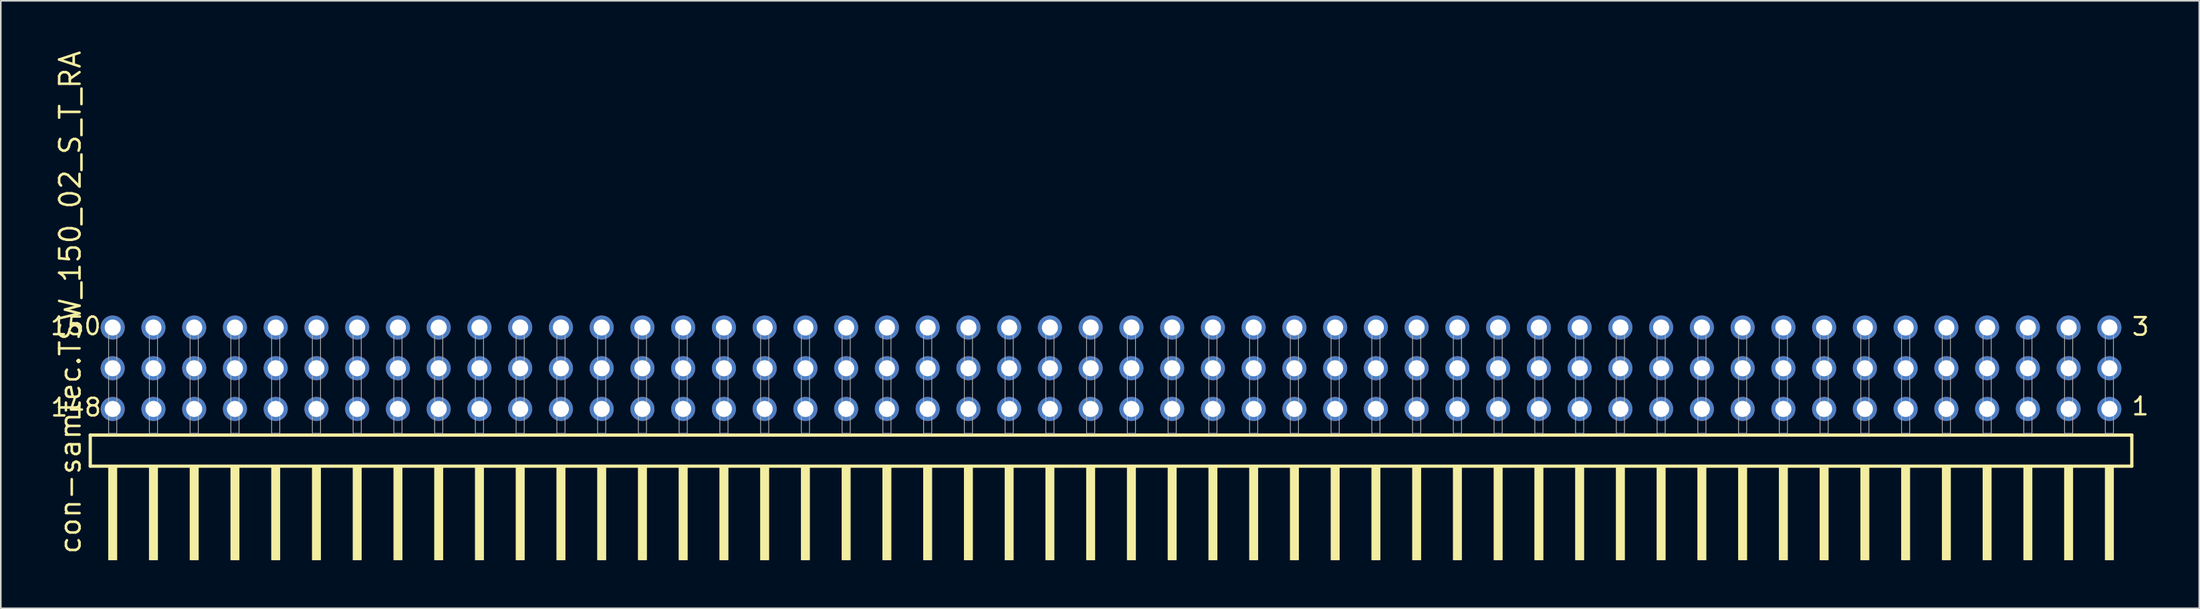
<source format=kicad_pcb>
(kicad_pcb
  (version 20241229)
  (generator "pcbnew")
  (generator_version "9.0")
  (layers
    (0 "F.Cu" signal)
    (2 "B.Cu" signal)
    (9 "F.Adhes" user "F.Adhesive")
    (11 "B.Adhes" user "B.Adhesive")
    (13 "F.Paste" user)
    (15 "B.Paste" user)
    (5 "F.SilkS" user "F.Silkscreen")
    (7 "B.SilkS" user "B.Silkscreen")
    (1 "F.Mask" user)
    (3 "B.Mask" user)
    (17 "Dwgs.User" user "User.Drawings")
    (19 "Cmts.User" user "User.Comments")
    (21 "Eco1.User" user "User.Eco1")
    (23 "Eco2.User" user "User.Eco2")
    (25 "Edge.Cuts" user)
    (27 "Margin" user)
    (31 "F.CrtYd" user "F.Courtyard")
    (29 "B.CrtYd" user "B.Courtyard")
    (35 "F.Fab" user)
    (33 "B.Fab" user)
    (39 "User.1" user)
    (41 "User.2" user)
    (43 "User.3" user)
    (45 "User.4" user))
  (footprint "con-samtec.TSW_150_02_S_T_RA"
    (layer "F.Cu")
    (at 66.205 23.993)
    (property "Reference" "con-samtec.TSW_150_02_S_T_RA" (at -64.135 7.62 90) (layer "F.SilkS") (effects (font (size 1.27 1.27) (thickness 0.16)) (justify left bottom)))
    (attr through_hole)
    (fp_line (start -63.629 0.106) (end -63.629 2.046) (stroke (width 0.203) (type default)) (layer "F.SilkS"))
    (fp_line (start -63.629 2.046) (end 63.629 2.046) (stroke (width 0.203) (type default)) (layer "F.SilkS"))
    (fp_line (start 63.629 0.106) (end -63.629 0.106) (stroke (width 0.203) (type default)) (layer "F.SilkS"))
    (fp_line (start 63.629 2.046) (end 63.629 0.106) (stroke (width 0.203) (type default)) (layer "F.SilkS"))
    (fp_rect (start -62.484 7.89) (end -61.976 2.04) (stroke (width 0.05) (type default)) (fill yes) (layer "F.SilkS"))
    (fp_rect (start -59.944 7.89) (end -59.436 2.04) (stroke (width 0.05) (type default)) (fill yes) (layer "F.SilkS"))
    (fp_rect (start -57.404 7.89) (end -56.896 2.04) (stroke (width 0.05) (type default)) (fill yes) (layer "F.SilkS"))
    (fp_rect (start -54.864 7.89) (end -54.356 2.04) (stroke (width 0.05) (type default)) (fill yes) (layer "F.SilkS"))
    (fp_rect (start -52.324 7.89) (end -51.816 2.04) (stroke (width 0.05) (type default)) (fill yes) (layer "F.SilkS"))
    (fp_rect (start -49.784 7.89) (end -49.276 2.04) (stroke (width 0.05) (type default)) (fill yes) (layer "F.SilkS"))
    (fp_rect (start -47.244 7.89) (end -46.736 2.04) (stroke (width 0.05) (type default)) (fill yes) (layer "F.SilkS"))
    (fp_rect (start -44.704 7.89) (end -44.196 2.04) (stroke (width 0.05) (type default)) (fill yes) (layer "F.SilkS"))
    (fp_rect (start -42.164 7.89) (end -41.656 2.04) (stroke (width 0.05) (type default)) (fill yes) (layer "F.SilkS"))
    (fp_rect (start -39.624 7.89) (end -39.116 2.04) (stroke (width 0.05) (type default)) (fill yes) (layer "F.SilkS"))
    (fp_rect (start -37.084 7.89) (end -36.576 2.04) (stroke (width 0.05) (type default)) (fill yes) (layer "F.SilkS"))
    (fp_rect (start -34.544 7.89) (end -34.036 2.04) (stroke (width 0.05) (type default)) (fill yes) (layer "F.SilkS"))
    (fp_rect (start -32.004 7.89) (end -31.496 2.04) (stroke (width 0.05) (type default)) (fill yes) (layer "F.SilkS"))
    (fp_rect (start -29.464 7.89) (end -28.956 2.04) (stroke (width 0.05) (type default)) (fill yes) (layer "F.SilkS"))
    (fp_rect (start -26.924 7.89) (end -26.416 2.04) (stroke (width 0.05) (type default)) (fill yes) (layer "F.SilkS"))
    (fp_rect (start -24.384 7.89) (end -23.876 2.04) (stroke (width 0.05) (type default)) (fill yes) (layer "F.SilkS"))
    (fp_rect (start -21.844 7.89) (end -21.336 2.04) (stroke (width 0.05) (type default)) (fill yes) (layer "F.SilkS"))
    (fp_rect (start -19.304 7.89) (end -18.796 2.04) (stroke (width 0.05) (type default)) (fill yes) (layer "F.SilkS"))
    (fp_rect (start -16.764 7.89) (end -16.256 2.04) (stroke (width 0.05) (type default)) (fill yes) (layer "F.SilkS"))
    (fp_rect (start -14.224 7.89) (end -13.716 2.04) (stroke (width 0.05) (type default)) (fill yes) (layer "F.SilkS"))
    (fp_rect (start -11.684 7.89) (end -11.176 2.04) (stroke (width 0.05) (type default)) (fill yes) (layer "F.SilkS"))
    (fp_rect (start -9.144 7.89) (end -8.636 2.04) (stroke (width 0.05) (type default)) (fill yes) (layer "F.SilkS"))
    (fp_rect (start -6.604 7.89) (end -6.096 2.04) (stroke (width 0.05) (type default)) (fill yes) (layer "F.SilkS"))
    (fp_rect (start -4.064 7.89) (end -3.556 2.04) (stroke (width 0.05) (type default)) (fill yes) (layer "F.SilkS"))
    (fp_rect (start -1.524 7.89) (end -1.016 2.04) (stroke (width 0.05) (type default)) (fill yes) (layer "F.SilkS"))
    (fp_rect (start 1.016 7.89) (end 1.524 2.04) (stroke (width 0.05) (type default)) (fill yes) (layer "F.SilkS"))
    (fp_rect (start 3.556 7.89) (end 4.064 2.04) (stroke (width 0.05) (type default)) (fill yes) (layer "F.SilkS"))
    (fp_rect (start 6.096 7.89) (end 6.604 2.04) (stroke (width 0.05) (type default)) (fill yes) (layer "F.SilkS"))
    (fp_rect (start 8.636 7.89) (end 9.144 2.04) (stroke (width 0.05) (type default)) (fill yes) (layer "F.SilkS"))
    (fp_rect (start 11.176 7.89) (end 11.684 2.04) (stroke (width 0.05) (type default)) (fill yes) (layer "F.SilkS"))
    (fp_rect (start 13.716 7.89) (end 14.224 2.04) (stroke (width 0.05) (type default)) (fill yes) (layer "F.SilkS"))
    (fp_rect (start 16.256 7.89) (end 16.764 2.04) (stroke (width 0.05) (type default)) (fill yes) (layer "F.SilkS"))
    (fp_rect (start 18.796 7.89) (end 19.304 2.04) (stroke (width 0.05) (type default)) (fill yes) (layer "F.SilkS"))
    (fp_rect (start 21.336 7.89) (end 21.844 2.04) (stroke (width 0.05) (type default)) (fill yes) (layer "F.SilkS"))
    (fp_rect (start 23.876 7.89) (end 24.384 2.04) (stroke (width 0.05) (type default)) (fill yes) (layer "F.SilkS"))
    (fp_rect (start 26.416 7.89) (end 26.924 2.04) (stroke (width 0.05) (type default)) (fill yes) (layer "F.SilkS"))
    (fp_rect (start 28.956 7.89) (end 29.464 2.04) (stroke (width 0.05) (type default)) (fill yes) (layer "F.SilkS"))
    (fp_rect (start 31.496 7.89) (end 32.004 2.04) (stroke (width 0.05) (type default)) (fill yes) (layer "F.SilkS"))
    (fp_rect (start 34.036 7.89) (end 34.544 2.04) (stroke (width 0.05) (type default)) (fill yes) (layer "F.SilkS"))
    (fp_rect (start 36.576 7.89) (end 37.084 2.04) (stroke (width 0.05) (type default)) (fill yes) (layer "F.SilkS"))
    (fp_rect (start 39.116 7.89) (end 39.624 2.04) (stroke (width 0.05) (type default)) (fill yes) (layer "F.SilkS"))
    (fp_rect (start 41.656 7.89) (end 42.164 2.04) (stroke (width 0.05) (type default)) (fill yes) (layer "F.SilkS"))
    (fp_rect (start 44.196 7.89) (end 44.704 2.04) (stroke (width 0.05) (type default)) (fill yes) (layer "F.SilkS"))
    (fp_rect (start 46.736 7.89) (end 47.244 2.04) (stroke (width 0.05) (type default)) (fill yes) (layer "F.SilkS"))
    (fp_rect (start 49.276 7.89) (end 49.784 2.04) (stroke (width 0.05) (type default)) (fill yes) (layer "F.SilkS"))
    (fp_rect (start 51.816 7.89) (end 52.324 2.04) (stroke (width 0.05) (type default)) (fill yes) (layer "F.SilkS"))
    (fp_rect (start 54.356 7.89) (end 54.864 2.04) (stroke (width 0.05) (type default)) (fill yes) (layer "F.SilkS"))
    (fp_rect (start 56.896 7.89) (end 57.404 2.04) (stroke (width 0.05) (type default)) (fill yes) (layer "F.SilkS"))
    (fp_rect (start 59.436 7.89) (end 59.944 2.04) (stroke (width 0.05) (type default)) (fill yes) (layer "F.SilkS"))
    (fp_rect (start 61.976 7.89) (end 62.484 2.04) (stroke (width 0.05) (type default)) (fill yes) (layer "F.SilkS"))
    (fp_rect (start -62.484 0) (end -61.976 -6.858) (stroke (width 0.05) (type default)) (fill no) (layer "F.Fab"))
    (fp_rect (start -59.944 0) (end -59.436 -6.858) (stroke (width 0.05) (type default)) (fill no) (layer "F.Fab"))
    (fp_rect (start -57.404 0) (end -56.896 -6.858) (stroke (width 0.05) (type default)) (fill no) (layer "F.Fab"))
    (fp_rect (start -54.864 0) (end -54.356 -6.858) (stroke (width 0.05) (type default)) (fill no) (layer "F.Fab"))
    (fp_rect (start -52.324 0) (end -51.816 -6.858) (stroke (width 0.05) (type default)) (fill no) (layer "F.Fab"))
    (fp_rect (start -49.784 0) (end -49.276 -6.858) (stroke (width 0.05) (type default)) (fill no) (layer "F.Fab"))
    (fp_rect (start -47.244 0) (end -46.736 -6.858) (stroke (width 0.05) (type default)) (fill no) (layer "F.Fab"))
    (fp_rect (start -44.704 0) (end -44.196 -6.858) (stroke (width 0.05) (type default)) (fill no) (layer "F.Fab"))
    (fp_rect (start -42.164 0) (end -41.656 -6.858) (stroke (width 0.05) (type default)) (fill no) (layer "F.Fab"))
    (fp_rect (start -39.624 0) (end -39.116 -6.858) (stroke (width 0.05) (type default)) (fill no) (layer "F.Fab"))
    (fp_rect (start -37.084 0) (end -36.576 -6.858) (stroke (width 0.05) (type default)) (fill no) (layer "F.Fab"))
    (fp_rect (start -34.544 0) (end -34.036 -6.858) (stroke (width 0.05) (type default)) (fill no) (layer "F.Fab"))
    (fp_rect (start -32.004 0) (end -31.496 -6.858) (stroke (width 0.05) (type default)) (fill no) (layer "F.Fab"))
    (fp_rect (start -29.464 0) (end -28.956 -6.858) (stroke (width 0.05) (type default)) (fill no) (layer "F.Fab"))
    (fp_rect (start -26.924 0) (end -26.416 -6.858) (stroke (width 0.05) (type default)) (fill no) (layer "F.Fab"))
    (fp_rect (start -24.384 0) (end -23.876 -6.858) (stroke (width 0.05) (type default)) (fill no) (layer "F.Fab"))
    (fp_rect (start -21.844 0) (end -21.336 -6.858) (stroke (width 0.05) (type default)) (fill no) (layer "F.Fab"))
    (fp_rect (start -19.304 0) (end -18.796 -6.858) (stroke (width 0.05) (type default)) (fill no) (layer "F.Fab"))
    (fp_rect (start -16.764 0) (end -16.256 -6.858) (stroke (width 0.05) (type default)) (fill no) (layer "F.Fab"))
    (fp_rect (start -14.224 0) (end -13.716 -6.858) (stroke (width 0.05) (type default)) (fill no) (layer "F.Fab"))
    (fp_rect (start -11.684 0) (end -11.176 -6.858) (stroke (width 0.05) (type default)) (fill no) (layer "F.Fab"))
    (fp_rect (start -9.144 0) (end -8.636 -6.858) (stroke (width 0.05) (type default)) (fill no) (layer "F.Fab"))
    (fp_rect (start -6.604 0) (end -6.096 -6.858) (stroke (width 0.05) (type default)) (fill no) (layer "F.Fab"))
    (fp_rect (start -4.064 0) (end -3.556 -6.858) (stroke (width 0.05) (type default)) (fill no) (layer "F.Fab"))
    (fp_rect (start -1.524 0) (end -1.016 -6.858) (stroke (width 0.05) (type default)) (fill no) (layer "F.Fab"))
    (fp_rect (start 1.016 0) (end 1.524 -6.858) (stroke (width 0.05) (type default)) (fill no) (layer "F.Fab"))
    (fp_rect (start 3.556 0) (end 4.064 -6.858) (stroke (width 0.05) (type default)) (fill no) (layer "F.Fab"))
    (fp_rect (start 6.096 0) (end 6.604 -6.858) (stroke (width 0.05) (type default)) (fill no) (layer "F.Fab"))
    (fp_rect (start 8.636 0) (end 9.144 -6.858) (stroke (width 0.05) (type default)) (fill no) (layer "F.Fab"))
    (fp_rect (start 11.176 0) (end 11.684 -6.858) (stroke (width 0.05) (type default)) (fill no) (layer "F.Fab"))
    (fp_rect (start 13.716 0) (end 14.224 -6.858) (stroke (width 0.05) (type default)) (fill no) (layer "F.Fab"))
    (fp_rect (start 16.256 0) (end 16.764 -6.858) (stroke (width 0.05) (type default)) (fill no) (layer "F.Fab"))
    (fp_rect (start 18.796 0) (end 19.304 -6.858) (stroke (width 0.05) (type default)) (fill no) (layer "F.Fab"))
    (fp_rect (start 21.336 0) (end 21.844 -6.858) (stroke (width 0.05) (type default)) (fill no) (layer "F.Fab"))
    (fp_rect (start 23.876 0) (end 24.384 -6.858) (stroke (width 0.05) (type default)) (fill no) (layer "F.Fab"))
    (fp_rect (start 26.416 0) (end 26.924 -6.858) (stroke (width 0.05) (type default)) (fill no) (layer "F.Fab"))
    (fp_rect (start 28.956 0) (end 29.464 -6.858) (stroke (width 0.05) (type default)) (fill no) (layer "F.Fab"))
    (fp_rect (start 31.496 0) (end 32.004 -6.858) (stroke (width 0.05) (type default)) (fill no) (layer "F.Fab"))
    (fp_rect (start 34.036 0) (end 34.544 -6.858) (stroke (width 0.05) (type default)) (fill no) (layer "F.Fab"))
    (fp_rect (start 36.576 0) (end 37.084 -6.858) (stroke (width 0.05) (type default)) (fill no) (layer "F.Fab"))
    (fp_rect (start 39.116 0) (end 39.624 -6.858) (stroke (width 0.05) (type default)) (fill no) (layer "F.Fab"))
    (fp_rect (start 41.656 0) (end 42.164 -6.858) (stroke (width 0.05) (type default)) (fill no) (layer "F.Fab"))
    (fp_rect (start 44.196 0) (end 44.704 -6.858) (stroke (width 0.05) (type default)) (fill no) (layer "F.Fab"))
    (fp_rect (start 46.736 0) (end 47.244 -6.858) (stroke (width 0.05) (type default)) (fill no) (layer "F.Fab"))
    (fp_rect (start 49.276 0) (end 49.784 -6.858) (stroke (width 0.05) (type default)) (fill no) (layer "F.Fab"))
    (fp_rect (start 51.816 0) (end 52.324 -6.858) (stroke (width 0.05) (type default)) (fill no) (layer "F.Fab"))
    (fp_rect (start 54.356 0) (end 54.864 -6.858) (stroke (width 0.05) (type default)) (fill no) (layer "F.Fab"))
    (fp_rect (start 56.896 0) (end 57.404 -6.858) (stroke (width 0.05) (type default)) (fill no) (layer "F.Fab"))
    (fp_rect (start 59.436 0) (end 59.944 -6.858) (stroke (width 0.05) (type default)) (fill no) (layer "F.Fab"))
    (fp_rect (start 61.976 0) (end 62.484 -6.858) (stroke (width 0.05) (type default)) (fill no) (layer "F.Fab"))
    (fp_text user "150" (at -66.205 -6.05 0) (layer "F.SilkS") (effects (font (size 1.1 1.1) (thickness 0.15)) (justify left bottom)))
    (fp_text user "1" (at 63.54 -1.05 0) (layer "F.SilkS") (effects (font (size 1.1 1.1) (thickness 0.15)) (justify left bottom)))
    (fp_text user "3" (at 63.555 -6.015 0) (layer "F.SilkS") (effects (font (size 1.1 1.1) (thickness 0.15)) (justify left bottom)))
    (fp_text user "148" (at -66.185 -0.98 0) (layer "F.SilkS") (effects (font (size 1.1 1.1) (thickness 0.15)) (justify left bottom)))
    (pad "1" thru_hole circle (at 62.23 -1.524 180) (size 1.5 1.5) (drill 1) (layers "*.Cu" "*.Mask"))
    (pad "2" thru_hole circle (at 62.23 -4.064 180) (size 1.5 1.5) (drill 1) (layers "*.Cu" "*.Mask"))
    (pad "3" thru_hole circle (at 62.23 -6.604 180) (size 1.5 1.5) (drill 1) (layers "*.Cu" "*.Mask"))
    (pad "4" thru_hole circle (at 59.69 -1.524 180) (size 1.5 1.5) (drill 1) (layers "*.Cu" "*.Mask"))
    (pad "5" thru_hole circle (at 59.69 -4.064 180) (size 1.5 1.5) (drill 1) (layers "*.Cu" "*.Mask"))
    (pad "6" thru_hole circle (at 59.69 -6.604 180) (size 1.5 1.5) (drill 1) (layers "*.Cu" "*.Mask"))
    (pad "7" thru_hole circle (at 57.15 -1.524 180) (size 1.5 1.5) (drill 1) (layers "*.Cu" "*.Mask"))
    (pad "8" thru_hole circle (at 57.15 -4.064 180) (size 1.5 1.5) (drill 1) (layers "*.Cu" "*.Mask"))
    (pad "9" thru_hole circle (at 57.15 -6.604 180) (size 1.5 1.5) (drill 1) (layers "*.Cu" "*.Mask"))
    (pad "10" thru_hole circle (at 54.61 -1.524 180) (size 1.5 1.5) (drill 1) (layers "*.Cu" "*.Mask"))
    (pad "11" thru_hole circle (at 54.61 -4.064 180) (size 1.5 1.5) (drill 1) (layers "*.Cu" "*.Mask"))
    (pad "12" thru_hole circle (at 54.61 -6.604 180) (size 1.5 1.5) (drill 1) (layers "*.Cu" "*.Mask"))
    (pad "13" thru_hole circle (at 52.07 -1.524 180) (size 1.5 1.5) (drill 1) (layers "*.Cu" "*.Mask"))
    (pad "14" thru_hole circle (at 52.07 -4.064 180) (size 1.5 1.5) (drill 1) (layers "*.Cu" "*.Mask"))
    (pad "15" thru_hole circle (at 52.07 -6.604 180) (size 1.5 1.5) (drill 1) (layers "*.Cu" "*.Mask"))
    (pad "16" thru_hole circle (at 49.53 -1.524 180) (size 1.5 1.5) (drill 1) (layers "*.Cu" "*.Mask"))
    (pad "17" thru_hole circle (at 49.53 -4.064 180) (size 1.5 1.5) (drill 1) (layers "*.Cu" "*.Mask"))
    (pad "18" thru_hole circle (at 49.53 -6.604 180) (size 1.5 1.5) (drill 1) (layers "*.Cu" "*.Mask"))
    (pad "19" thru_hole circle (at 46.99 -1.524 180) (size 1.5 1.5) (drill 1) (layers "*.Cu" "*.Mask"))
    (pad "20" thru_hole circle (at 46.99 -4.064 180) (size 1.5 1.5) (drill 1) (layers "*.Cu" "*.Mask"))
    (pad "21" thru_hole circle (at 46.99 -6.604 180) (size 1.5 1.5) (drill 1) (layers "*.Cu" "*.Mask"))
    (pad "22" thru_hole circle (at 44.45 -1.524 180) (size 1.5 1.5) (drill 1) (layers "*.Cu" "*.Mask"))
    (pad "23" thru_hole circle (at 44.45 -4.064 180) (size 1.5 1.5) (drill 1) (layers "*.Cu" "*.Mask"))
    (pad "24" thru_hole circle (at 44.45 -6.604 180) (size 1.5 1.5) (drill 1) (layers "*.Cu" "*.Mask"))
    (pad "25" thru_hole circle (at 41.91 -1.524 180) (size 1.5 1.5) (drill 1) (layers "*.Cu" "*.Mask"))
    (pad "26" thru_hole circle (at 41.91 -4.064 180) (size 1.5 1.5) (drill 1) (layers "*.Cu" "*.Mask"))
    (pad "27" thru_hole circle (at 41.91 -6.604 180) (size 1.5 1.5) (drill 1) (layers "*.Cu" "*.Mask"))
    (pad "28" thru_hole circle (at 39.37 -1.524 180) (size 1.5 1.5) (drill 1) (layers "*.Cu" "*.Mask"))
    (pad "29" thru_hole circle (at 39.37 -4.064 180) (size 1.5 1.5) (drill 1) (layers "*.Cu" "*.Mask"))
    (pad "30" thru_hole circle (at 39.37 -6.604 180) (size 1.5 1.5) (drill 1) (layers "*.Cu" "*.Mask"))
    (pad "31" thru_hole circle (at 36.83 -1.524 180) (size 1.5 1.5) (drill 1) (layers "*.Cu" "*.Mask"))
    (pad "32" thru_hole circle (at 36.83 -4.064 180) (size 1.5 1.5) (drill 1) (layers "*.Cu" "*.Mask"))
    (pad "33" thru_hole circle (at 36.83 -6.604 180) (size 1.5 1.5) (drill 1) (layers "*.Cu" "*.Mask"))
    (pad "34" thru_hole circle (at 34.29 -1.524 180) (size 1.5 1.5) (drill 1) (layers "*.Cu" "*.Mask"))
    (pad "35" thru_hole circle (at 34.29 -4.064 180) (size 1.5 1.5) (drill 1) (layers "*.Cu" "*.Mask"))
    (pad "36" thru_hole circle (at 34.29 -6.604 180) (size 1.5 1.5) (drill 1) (layers "*.Cu" "*.Mask"))
    (pad "37" thru_hole circle (at 31.75 -1.524 180) (size 1.5 1.5) (drill 1) (layers "*.Cu" "*.Mask"))
    (pad "38" thru_hole circle (at 31.75 -4.064 180) (size 1.5 1.5) (drill 1) (layers "*.Cu" "*.Mask"))
    (pad "39" thru_hole circle (at 31.75 -6.604 180) (size 1.5 1.5) (drill 1) (layers "*.Cu" "*.Mask"))
    (pad "40" thru_hole circle (at 29.21 -1.524 180) (size 1.5 1.5) (drill 1) (layers "*.Cu" "*.Mask"))
    (pad "41" thru_hole circle (at 29.21 -4.064 180) (size 1.5 1.5) (drill 1) (layers "*.Cu" "*.Mask"))
    (pad "42" thru_hole circle (at 29.21 -6.604 180) (size 1.5 1.5) (drill 1) (layers "*.Cu" "*.Mask"))
    (pad "43" thru_hole circle (at 26.67 -1.524 180) (size 1.5 1.5) (drill 1) (layers "*.Cu" "*.Mask"))
    (pad "44" thru_hole circle (at 26.67 -4.064 180) (size 1.5 1.5) (drill 1) (layers "*.Cu" "*.Mask"))
    (pad "45" thru_hole circle (at 26.67 -6.604 180) (size 1.5 1.5) (drill 1) (layers "*.Cu" "*.Mask"))
    (pad "46" thru_hole circle (at 24.13 -1.524 180) (size 1.5 1.5) (drill 1) (layers "*.Cu" "*.Mask"))
    (pad "47" thru_hole circle (at 24.13 -4.064 180) (size 1.5 1.5) (drill 1) (layers "*.Cu" "*.Mask"))
    (pad "48" thru_hole circle (at 24.13 -6.604 180) (size 1.5 1.5) (drill 1) (layers "*.Cu" "*.Mask"))
    (pad "49" thru_hole circle (at 21.59 -1.524 180) (size 1.5 1.5) (drill 1) (layers "*.Cu" "*.Mask"))
    (pad "50" thru_hole circle (at 21.59 -4.064 180) (size 1.5 1.5) (drill 1) (layers "*.Cu" "*.Mask"))
    (pad "51" thru_hole circle (at 21.59 -6.604 180) (size 1.5 1.5) (drill 1) (layers "*.Cu" "*.Mask"))
    (pad "52" thru_hole circle (at 19.05 -1.524 180) (size 1.5 1.5) (drill 1) (layers "*.Cu" "*.Mask"))
    (pad "53" thru_hole circle (at 19.05 -4.064 180) (size 1.5 1.5) (drill 1) (layers "*.Cu" "*.Mask"))
    (pad "54" thru_hole circle (at 19.05 -6.604 180) (size 1.5 1.5) (drill 1) (layers "*.Cu" "*.Mask"))
    (pad "55" thru_hole circle (at 16.51 -1.524 180) (size 1.5 1.5) (drill 1) (layers "*.Cu" "*.Mask"))
    (pad "56" thru_hole circle (at 16.51 -4.064 180) (size 1.5 1.5) (drill 1) (layers "*.Cu" "*.Mask"))
    (pad "57" thru_hole circle (at 16.51 -6.604 180) (size 1.5 1.5) (drill 1) (layers "*.Cu" "*.Mask"))
    (pad "58" thru_hole circle (at 13.97 -1.524 180) (size 1.5 1.5) (drill 1) (layers "*.Cu" "*.Mask"))
    (pad "59" thru_hole circle (at 13.97 -4.064 180) (size 1.5 1.5) (drill 1) (layers "*.Cu" "*.Mask"))
    (pad "60" thru_hole circle (at 13.97 -6.604 180) (size 1.5 1.5) (drill 1) (layers "*.Cu" "*.Mask"))
    (pad "61" thru_hole circle (at 11.43 -1.524 180) (size 1.5 1.5) (drill 1) (layers "*.Cu" "*.Mask"))
    (pad "62" thru_hole circle (at 11.43 -4.064 180) (size 1.5 1.5) (drill 1) (layers "*.Cu" "*.Mask"))
    (pad "63" thru_hole circle (at 11.43 -6.604 180) (size 1.5 1.5) (drill 1) (layers "*.Cu" "*.Mask"))
    (pad "64" thru_hole circle (at 8.89 -1.524 180) (size 1.5 1.5) (drill 1) (layers "*.Cu" "*.Mask"))
    (pad "65" thru_hole circle (at 8.89 -4.064 180) (size 1.5 1.5) (drill 1) (layers "*.Cu" "*.Mask"))
    (pad "66" thru_hole circle (at 8.89 -6.604 180) (size 1.5 1.5) (drill 1) (layers "*.Cu" "*.Mask"))
    (pad "67" thru_hole circle (at 6.35 -1.524 180) (size 1.5 1.5) (drill 1) (layers "*.Cu" "*.Mask"))
    (pad "68" thru_hole circle (at 6.35 -4.064 180) (size 1.5 1.5) (drill 1) (layers "*.Cu" "*.Mask"))
    (pad "69" thru_hole circle (at 6.35 -6.604 180) (size 1.5 1.5) (drill 1) (layers "*.Cu" "*.Mask"))
    (pad "70" thru_hole circle (at 3.81 -1.524 180) (size 1.5 1.5) (drill 1) (layers "*.Cu" "*.Mask"))
    (pad "71" thru_hole circle (at 3.81 -4.064 180) (size 1.5 1.5) (drill 1) (layers "*.Cu" "*.Mask"))
    (pad "72" thru_hole circle (at 3.81 -6.604 180) (size 1.5 1.5) (drill 1) (layers "*.Cu" "*.Mask"))
    (pad "73" thru_hole circle (at 1.27 -1.524 180) (size 1.5 1.5) (drill 1) (layers "*.Cu" "*.Mask"))
    (pad "74" thru_hole circle (at 1.27 -4.064 180) (size 1.5 1.5) (drill 1) (layers "*.Cu" "*.Mask"))
    (pad "75" thru_hole circle (at 1.27 -6.604 180) (size 1.5 1.5) (drill 1) (layers "*.Cu" "*.Mask"))
    (pad "76" thru_hole circle (at -1.27 -1.524 180) (size 1.5 1.5) (drill 1) (layers "*.Cu" "*.Mask"))
    (pad "77" thru_hole circle (at -1.27 -4.064 180) (size 1.5 1.5) (drill 1) (layers "*.Cu" "*.Mask"))
    (pad "78" thru_hole circle (at -1.27 -6.604 180) (size 1.5 1.5) (drill 1) (layers "*.Cu" "*.Mask"))
    (pad "79" thru_hole circle (at -3.81 -1.524 180) (size 1.5 1.5) (drill 1) (layers "*.Cu" "*.Mask"))
    (pad "80" thru_hole circle (at -3.81 -4.064 180) (size 1.5 1.5) (drill 1) (layers "*.Cu" "*.Mask"))
    (pad "81" thru_hole circle (at -3.81 -6.604 180) (size 1.5 1.5) (drill 1) (layers "*.Cu" "*.Mask"))
    (pad "82" thru_hole circle (at -6.35 -1.524 180) (size 1.5 1.5) (drill 1) (layers "*.Cu" "*.Mask"))
    (pad "83" thru_hole circle (at -6.35 -4.064 180) (size 1.5 1.5) (drill 1) (layers "*.Cu" "*.Mask"))
    (pad "84" thru_hole circle (at -6.35 -6.604 180) (size 1.5 1.5) (drill 1) (layers "*.Cu" "*.Mask"))
    (pad "85" thru_hole circle (at -8.89 -1.524 180) (size 1.5 1.5) (drill 1) (layers "*.Cu" "*.Mask"))
    (pad "86" thru_hole circle (at -8.89 -4.064 180) (size 1.5 1.5) (drill 1) (layers "*.Cu" "*.Mask"))
    (pad "87" thru_hole circle (at -8.89 -6.604 180) (size 1.5 1.5) (drill 1) (layers "*.Cu" "*.Mask"))
    (pad "88" thru_hole circle (at -11.43 -1.524 180) (size 1.5 1.5) (drill 1) (layers "*.Cu" "*.Mask"))
    (pad "89" thru_hole circle (at -11.43 -4.064 180) (size 1.5 1.5) (drill 1) (layers "*.Cu" "*.Mask"))
    (pad "90" thru_hole circle (at -11.43 -6.604 180) (size 1.5 1.5) (drill 1) (layers "*.Cu" "*.Mask"))
    (pad "91" thru_hole circle (at -13.97 -1.524 180) (size 1.5 1.5) (drill 1) (layers "*.Cu" "*.Mask"))
    (pad "92" thru_hole circle (at -13.97 -4.064 180) (size 1.5 1.5) (drill 1) (layers "*.Cu" "*.Mask"))
    (pad "93" thru_hole circle (at -13.97 -6.604 180) (size 1.5 1.5) (drill 1) (layers "*.Cu" "*.Mask"))
    (pad "94" thru_hole circle (at -16.51 -1.524 180) (size 1.5 1.5) (drill 1) (layers "*.Cu" "*.Mask"))
    (pad "95" thru_hole circle (at -16.51 -4.064 180) (size 1.5 1.5) (drill 1) (layers "*.Cu" "*.Mask"))
    (pad "96" thru_hole circle (at -16.51 -6.604 180) (size 1.5 1.5) (drill 1) (layers "*.Cu" "*.Mask"))
    (pad "97" thru_hole circle (at -19.05 -1.524 180) (size 1.5 1.5) (drill 1) (layers "*.Cu" "*.Mask"))
    (pad "98" thru_hole circle (at -19.05 -4.064 180) (size 1.5 1.5) (drill 1) (layers "*.Cu" "*.Mask"))
    (pad "99" thru_hole circle (at -19.05 -6.604 180) (size 1.5 1.5) (drill 1) (layers "*.Cu" "*.Mask"))
    (pad "100" thru_hole circle (at -21.59 -1.524 180) (size 1.5 1.5) (drill 1) (layers "*.Cu" "*.Mask"))
    (pad "101" thru_hole circle (at -21.59 -4.064 180) (size 1.5 1.5) (drill 1) (layers "*.Cu" "*.Mask"))
    (pad "102" thru_hole circle (at -21.59 -6.604 180) (size 1.5 1.5) (drill 1) (layers "*.Cu" "*.Mask"))
    (pad "103" thru_hole circle (at -24.13 -1.524 180) (size 1.5 1.5) (drill 1) (layers "*.Cu" "*.Mask"))
    (pad "104" thru_hole circle (at -24.13 -4.064 180) (size 1.5 1.5) (drill 1) (layers "*.Cu" "*.Mask"))
    (pad "105" thru_hole circle (at -24.13 -6.604 180) (size 1.5 1.5) (drill 1) (layers "*.Cu" "*.Mask"))
    (pad "106" thru_hole circle (at -26.67 -1.524 180) (size 1.5 1.5) (drill 1) (layers "*.Cu" "*.Mask"))
    (pad "107" thru_hole circle (at -26.67 -4.064 180) (size 1.5 1.5) (drill 1) (layers "*.Cu" "*.Mask"))
    (pad "108" thru_hole circle (at -26.67 -6.604 180) (size 1.5 1.5) (drill 1) (layers "*.Cu" "*.Mask"))
    (pad "109" thru_hole circle (at -29.21 -1.524 180) (size 1.5 1.5) (drill 1) (layers "*.Cu" "*.Mask"))
    (pad "110" thru_hole circle (at -29.21 -4.064 180) (size 1.5 1.5) (drill 1) (layers "*.Cu" "*.Mask"))
    (pad "111" thru_hole circle (at -29.21 -6.604 180) (size 1.5 1.5) (drill 1) (layers "*.Cu" "*.Mask"))
    (pad "112" thru_hole circle (at -31.75 -1.524 180) (size 1.5 1.5) (drill 1) (layers "*.Cu" "*.Mask"))
    (pad "113" thru_hole circle (at -31.75 -4.064 180) (size 1.5 1.5) (drill 1) (layers "*.Cu" "*.Mask"))
    (pad "114" thru_hole circle (at -31.75 -6.604 180) (size 1.5 1.5) (drill 1) (layers "*.Cu" "*.Mask"))
    (pad "115" thru_hole circle (at -34.29 -1.524 180) (size 1.5 1.5) (drill 1) (layers "*.Cu" "*.Mask"))
    (pad "116" thru_hole circle (at -34.29 -4.064 180) (size 1.5 1.5) (drill 1) (layers "*.Cu" "*.Mask"))
    (pad "117" thru_hole circle (at -34.29 -6.604 180) (size 1.5 1.5) (drill 1) (layers "*.Cu" "*.Mask"))
    (pad "118" thru_hole circle (at -36.83 -1.524 180) (size 1.5 1.5) (drill 1) (layers "*.Cu" "*.Mask"))
    (pad "119" thru_hole circle (at -36.83 -4.064 180) (size 1.5 1.5) (drill 1) (layers "*.Cu" "*.Mask"))
    (pad "120" thru_hole circle (at -36.83 -6.604 180) (size 1.5 1.5) (drill 1) (layers "*.Cu" "*.Mask"))
    (pad "121" thru_hole circle (at -39.37 -1.524 180) (size 1.5 1.5) (drill 1) (layers "*.Cu" "*.Mask"))
    (pad "122" thru_hole circle (at -39.37 -4.064 180) (size 1.5 1.5) (drill 1) (layers "*.Cu" "*.Mask"))
    (pad "123" thru_hole circle (at -39.37 -6.604 180) (size 1.5 1.5) (drill 1) (layers "*.Cu" "*.Mask"))
    (pad "124" thru_hole circle (at -41.91 -1.524 180) (size 1.5 1.5) (drill 1) (layers "*.Cu" "*.Mask"))
    (pad "125" thru_hole circle (at -41.91 -4.064 180) (size 1.5 1.5) (drill 1) (layers "*.Cu" "*.Mask"))
    (pad "126" thru_hole circle (at -41.91 -6.604 180) (size 1.5 1.5) (drill 1) (layers "*.Cu" "*.Mask"))
    (pad "127" thru_hole circle (at -44.45 -1.524 180) (size 1.5 1.5) (drill 1) (layers "*.Cu" "*.Mask"))
    (pad "128" thru_hole circle (at -44.45 -4.064 180) (size 1.5 1.5) (drill 1) (layers "*.Cu" "*.Mask"))
    (pad "129" thru_hole circle (at -44.45 -6.604 180) (size 1.5 1.5) (drill 1) (layers "*.Cu" "*.Mask"))
    (pad "130" thru_hole circle (at -46.99 -1.524 180) (size 1.5 1.5) (drill 1) (layers "*.Cu" "*.Mask"))
    (pad "131" thru_hole circle (at -46.99 -4.064 180) (size 1.5 1.5) (drill 1) (layers "*.Cu" "*.Mask"))
    (pad "132" thru_hole circle (at -46.99 -6.604 180) (size 1.5 1.5) (drill 1) (layers "*.Cu" "*.Mask"))
    (pad "133" thru_hole circle (at -49.53 -1.524 180) (size 1.5 1.5) (drill 1) (layers "*.Cu" "*.Mask"))
    (pad "134" thru_hole circle (at -49.53 -4.064 180) (size 1.5 1.5) (drill 1) (layers "*.Cu" "*.Mask"))
    (pad "135" thru_hole circle (at -49.53 -6.604 180) (size 1.5 1.5) (drill 1) (layers "*.Cu" "*.Mask"))
    (pad "136" thru_hole circle (at -52.07 -1.524 180) (size 1.5 1.5) (drill 1) (layers "*.Cu" "*.Mask"))
    (pad "137" thru_hole circle (at -52.07 -4.064 180) (size 1.5 1.5) (drill 1) (layers "*.Cu" "*.Mask"))
    (pad "138" thru_hole circle (at -52.07 -6.604 180) (size 1.5 1.5) (drill 1) (layers "*.Cu" "*.Mask"))
    (pad "139" thru_hole circle (at -54.61 -1.524 180) (size 1.5 1.5) (drill 1) (layers "*.Cu" "*.Mask"))
    (pad "140" thru_hole circle (at -54.61 -4.064 180) (size 1.5 1.5) (drill 1) (layers "*.Cu" "*.Mask"))
    (pad "141" thru_hole circle (at -54.61 -6.604 180) (size 1.5 1.5) (drill 1) (layers "*.Cu" "*.Mask"))
    (pad "142" thru_hole circle (at -57.15 -1.524 180) (size 1.5 1.5) (drill 1) (layers "*.Cu" "*.Mask"))
    (pad "143" thru_hole circle (at -57.15 -4.064 180) (size 1.5 1.5) (drill 1) (layers "*.Cu" "*.Mask"))
    (pad "144" thru_hole circle (at -57.15 -6.604 180) (size 1.5 1.5) (drill 1) (layers "*.Cu" "*.Mask"))
    (pad "145" thru_hole circle (at -59.69 -1.524 180) (size 1.5 1.5) (drill 1) (layers "*.Cu" "*.Mask"))
    (pad "146" thru_hole circle (at -59.69 -4.064 180) (size 1.5 1.5) (drill 1) (layers "*.Cu" "*.Mask"))
    (pad "147" thru_hole circle (at -59.69 -6.604 180) (size 1.5 1.5) (drill 1) (layers "*.Cu" "*.Mask"))
    (pad "148" thru_hole circle (at -62.23 -1.524 180) (size 1.5 1.5) (drill 1) (layers "*.Cu" "*.Mask"))
    (pad "149" thru_hole circle (at -62.23 -4.064 180) (size 1.5 1.5) (drill 1) (layers "*.Cu" "*.Mask"))
    (pad "150" thru_hole circle (at -62.23 -6.604 180) (size 1.5 1.5) (drill 1) (layers "*.Cu" "*.Mask")))
  (gr_rect
    (start -3 -3)
    (end 134.038 34.908)
    (stroke (width 0.1) (type default))
    (fill no)
    (layer "Edge.Cuts")))
</source>
